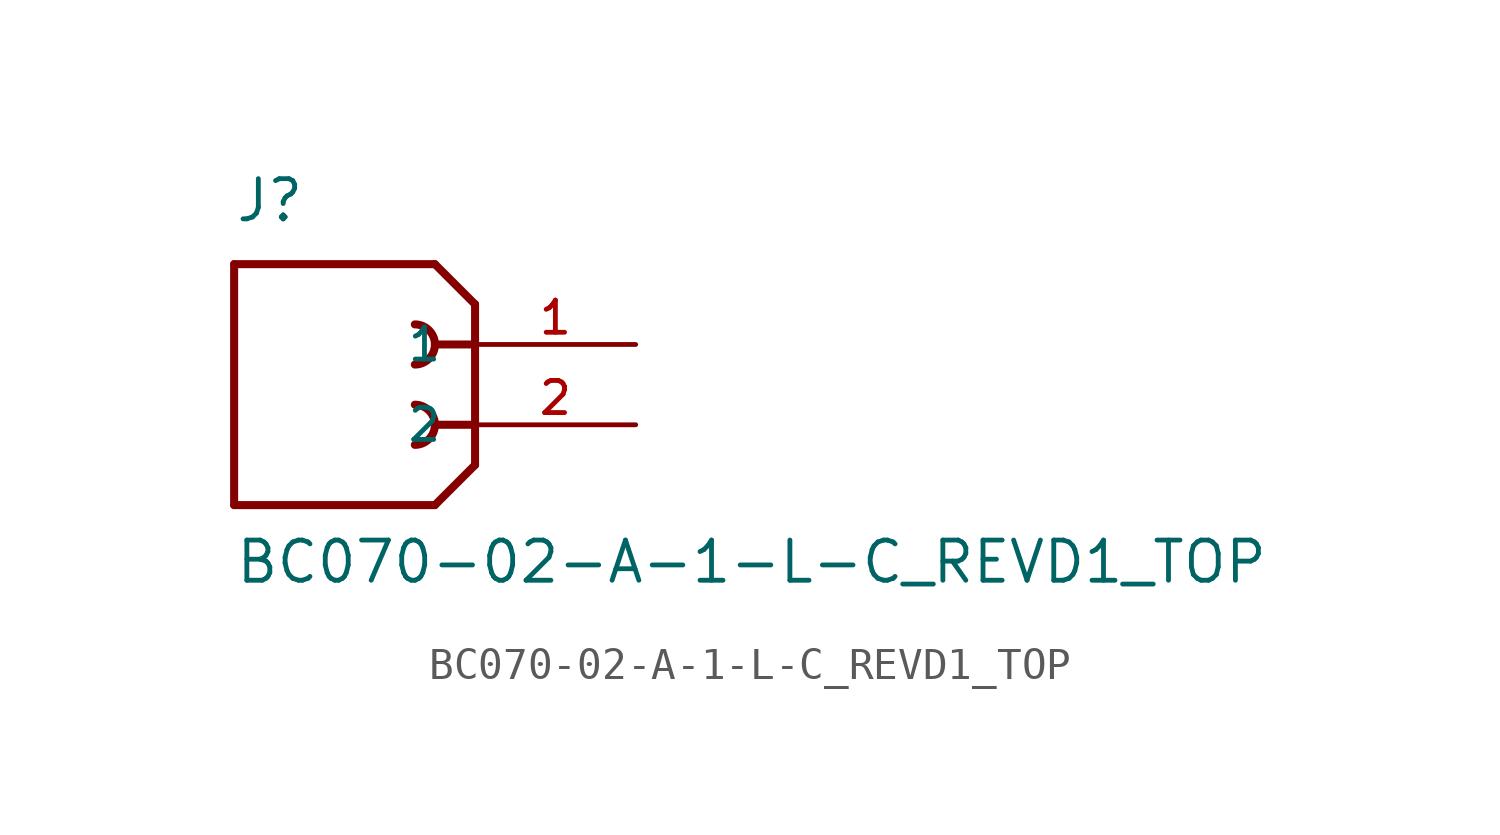
<source format=kicad_sym>
(kicad_symbol_lib
  (version 20211014)
  (generator kicad_symbol_editor)
  (symbol "BC070-02-A-1-L-C_REVD1_TOP"
    (pin_names
      (offset 1.016))
    (property "Reference" "J"
      (at -7.62 3.81 0)
      (effects (font (size 1.27 1.27)) (justify bottom left)))
    (property "Value" "BC070-02-A-1-L-C_REVD1_TOP"
      (at -7.62 -7.62 0)
      (effects (font (size 1.27 1.27)) (justify bottom left)))
    (symbol "BC070-02-A-1-L-C_REVD1_TOP_0_0"
      (polyline (pts (xy 0.0 1.27) (xy -1.27 2.54)) (stroke (width 0.254)))
      (polyline (pts (xy 0.0 1.27) (xy 0.0 0.0)) (stroke (width 0.254)))
      (polyline (pts (xy 0.0 0.0) (xy 0.0 -3.81)) (stroke (width 0.254)))
      (polyline (pts (xy 0.0 -3.81) (xy -1.27 -5.08)) (stroke (width 0.254)))
      (polyline (pts (xy -1.27 -5.08) (xy -7.62 -5.08)) (stroke (width 0.254)))
      (polyline (pts (xy -7.62 -5.08) (xy -7.62 2.54)) (stroke (width 0.254)))
      (polyline (pts (xy -7.62 2.54) (xy -1.27 2.54)) (stroke (width 0.254)))
      (polyline (pts (xy 0.0 0.0) (xy -1.27 0.0)) (stroke (width 0.254)))
      (arc (start -1.905 -0.635) (mid -1.27 0.0) (end -1.905 0.635) (stroke (width 0.254) (type default) (color 0 0 0 0)) (fill (type none)))
      (polyline (pts (xy 0.0 -2.54) (xy -1.27 -2.54)) (stroke (width 0.254)))
      (arc (start -1.905 -3.175) (mid -1.27 -2.54) (end -1.905 -1.905) (stroke (width 0.254) (type default) (color 0 0 0 0)) (fill (type none)))
      (pin passive line (at 5.08 0.0 180.0) (length 5.08) (name "1" (effects (font (size 1.016 1.016)))) (number "1" (effects (font (size 1.016 1.016)))))
      (pin passive line (at 5.08 -2.54 180.0) (length 5.08) (name "2" (effects (font (size 1.016 1.016)))) (number "2" (effects (font (size 1.016 1.016))))))))
</source>
